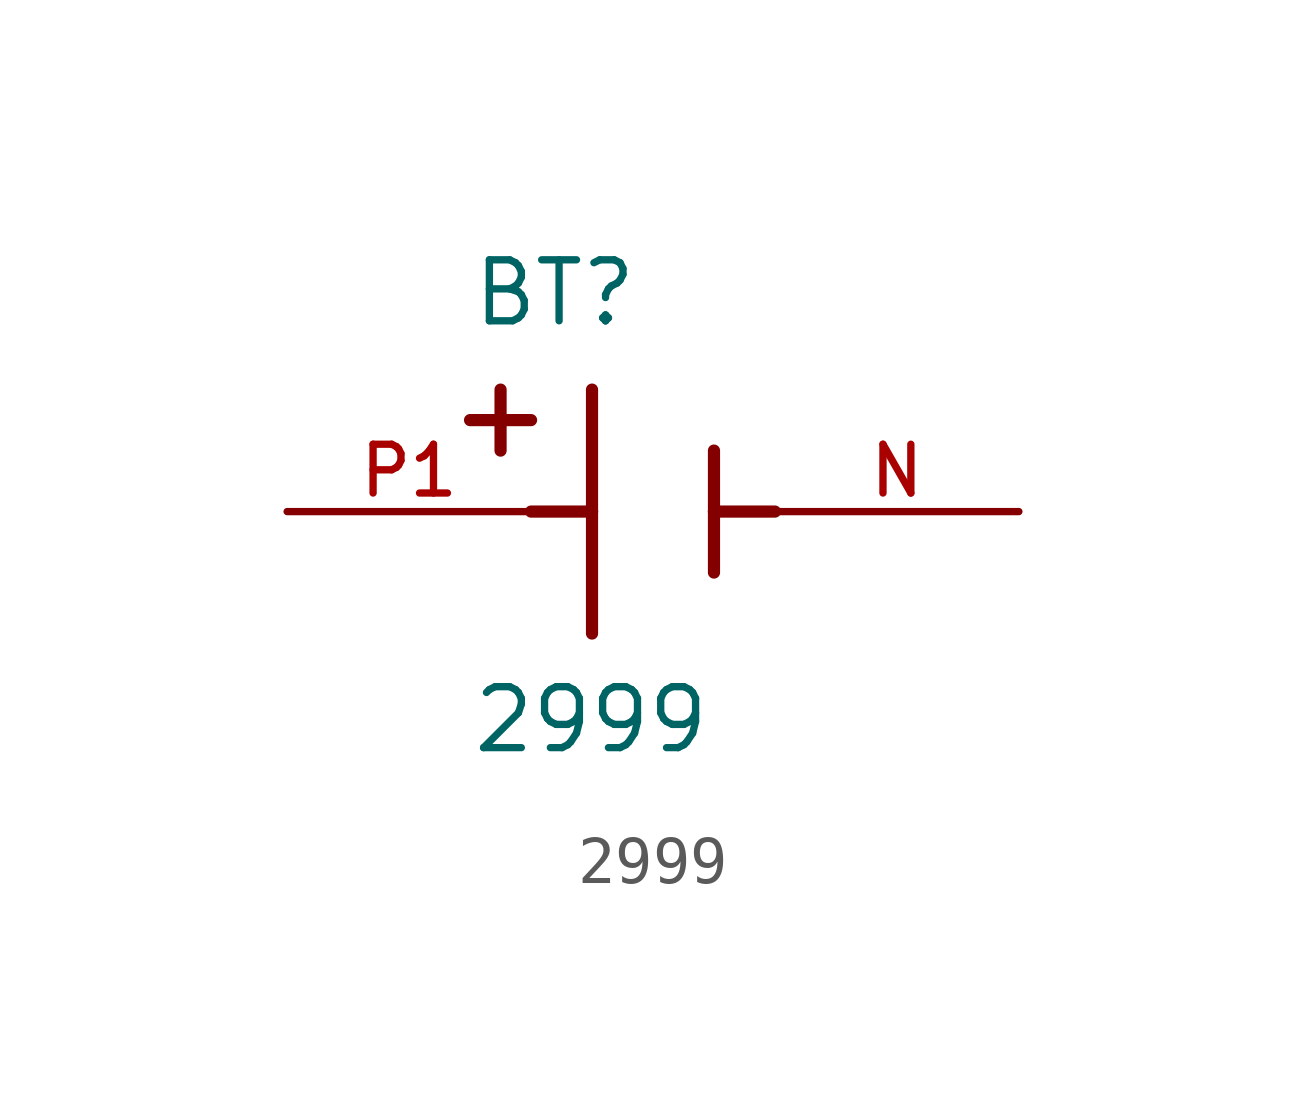
<source format=kicad_sym>
(kicad_symbol_lib
  (version 20211014)
  (generator kicad_symbol_editor)
  (symbol "2999"
    (pin_names
      (offset 1.016))
    (property "Reference" "BT"
      (at -3.81 3.81 0)
      (effects (font (size 1.27 1.27)) (justify bottom left)))
    (property "Value" "2999"
      (at -3.81 -5.08 0)
      (effects (font (size 1.27 1.27)) (justify bottom left)))
    (symbol "2999_0_0"
      (polyline (pts (xy -1.27 2.54) (xy -1.27 0.0)) (stroke (width 0.254)))
      (polyline (pts (xy -1.27 0.0) (xy -1.27 -2.54)) (stroke (width 0.254)))
      (polyline (pts (xy 1.27 1.27) (xy 1.27 0.0)) (stroke (width 0.254)))
      (polyline (pts (xy 1.27 0.0) (xy 1.27 -1.27)) (stroke (width 0.254)))
      (polyline (pts (xy -1.27 0.0) (xy -2.54 0.0)) (stroke (width 0.254)))
      (polyline (pts (xy 1.27 0.0) (xy 2.54 0.0)) (stroke (width 0.254)))
      (polyline (pts (xy -3.175 2.54) (xy -3.175 1.27)) (stroke (width 0.254)))
      (polyline (pts (xy -3.81 1.905) (xy -2.54 1.905)) (stroke (width 0.254)))
      (pin passive line (at -7.62 0.0 0) (length 5.08) (name "~" (effects (font (size 1.016 1.016)))) (number "P1" (effects (font (size 1.016 1.016)))))
      (pin passive line (at 7.62 0.0 180.0) (length 5.08) (name "~" (effects (font (size 1.016 1.016)))) (number "N" (effects (font (size 1.016 1.016))))))))
</source>
